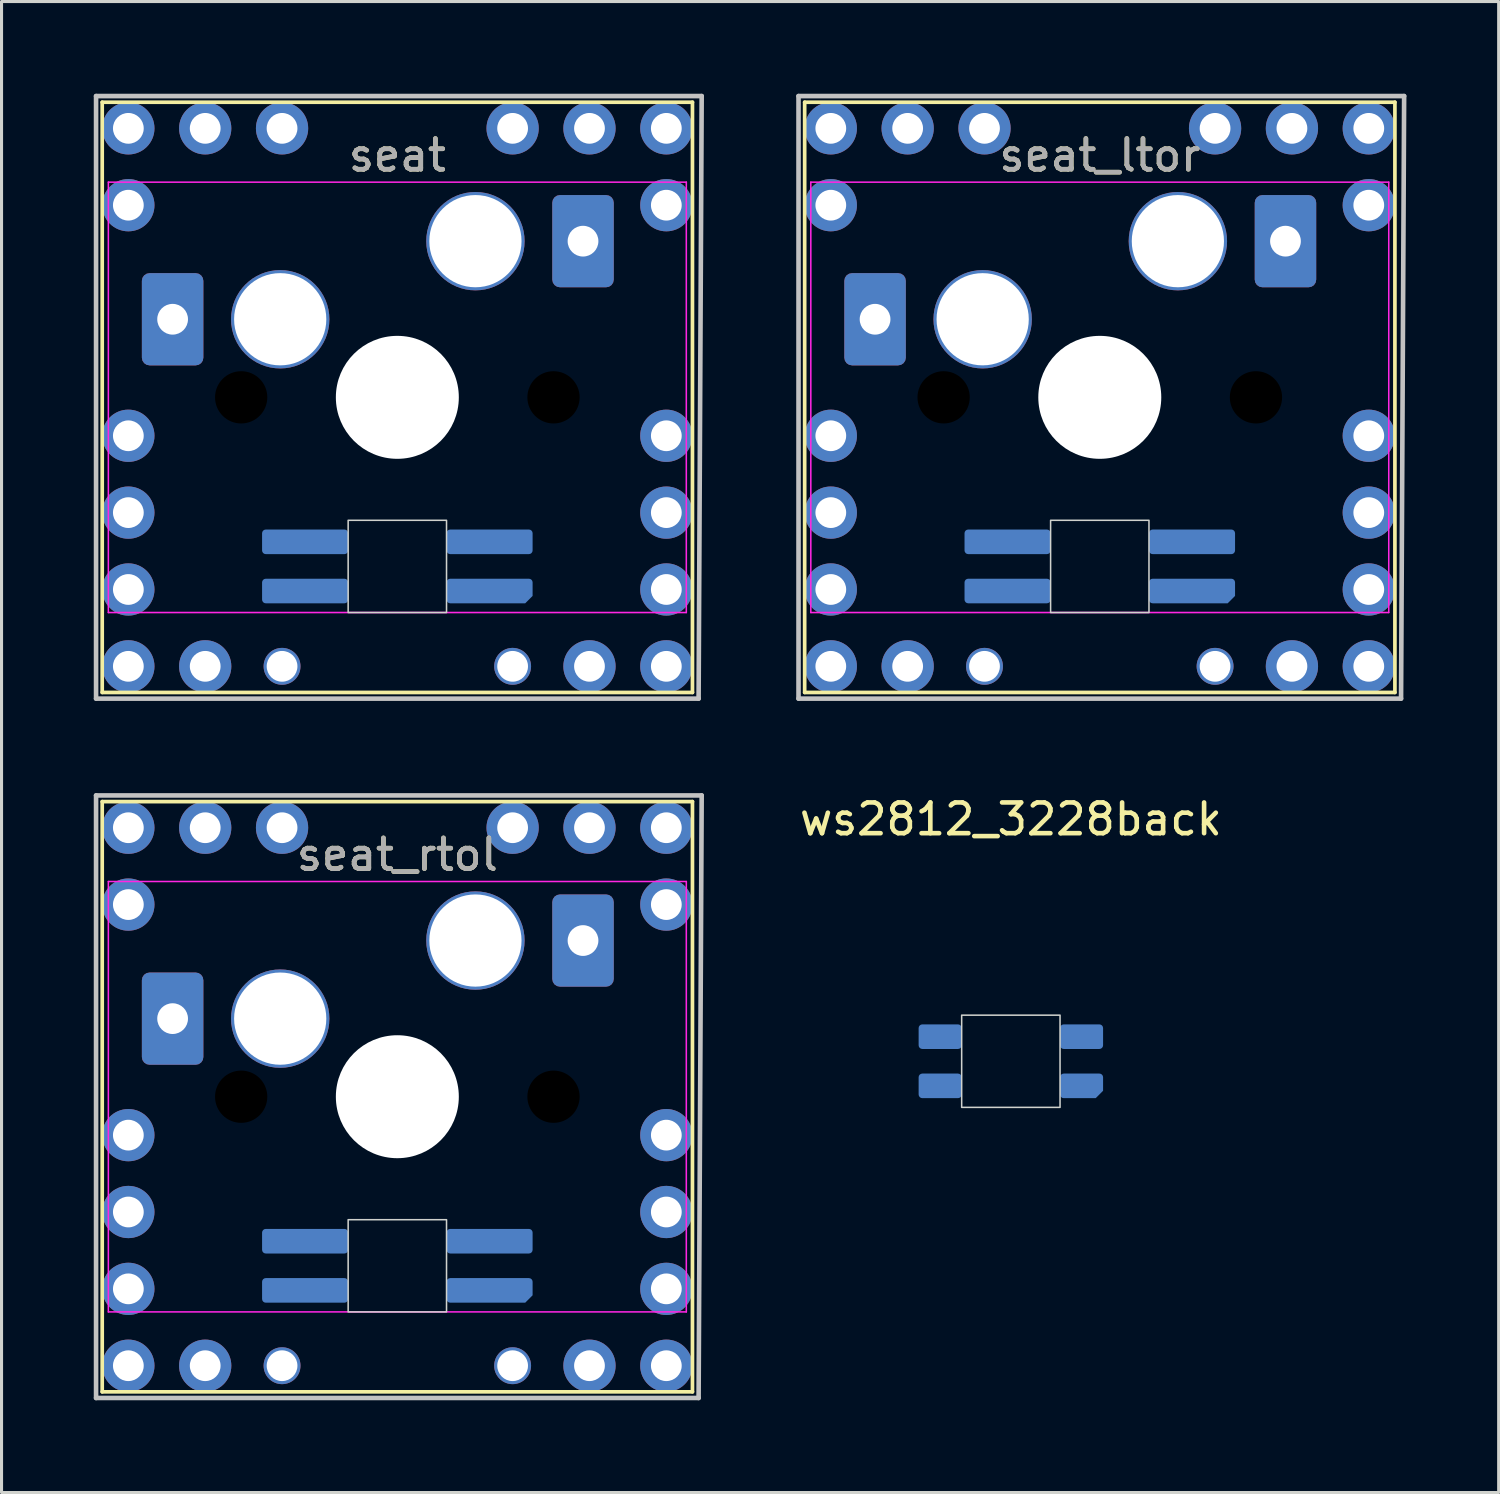
<source format=kicad_pcb>
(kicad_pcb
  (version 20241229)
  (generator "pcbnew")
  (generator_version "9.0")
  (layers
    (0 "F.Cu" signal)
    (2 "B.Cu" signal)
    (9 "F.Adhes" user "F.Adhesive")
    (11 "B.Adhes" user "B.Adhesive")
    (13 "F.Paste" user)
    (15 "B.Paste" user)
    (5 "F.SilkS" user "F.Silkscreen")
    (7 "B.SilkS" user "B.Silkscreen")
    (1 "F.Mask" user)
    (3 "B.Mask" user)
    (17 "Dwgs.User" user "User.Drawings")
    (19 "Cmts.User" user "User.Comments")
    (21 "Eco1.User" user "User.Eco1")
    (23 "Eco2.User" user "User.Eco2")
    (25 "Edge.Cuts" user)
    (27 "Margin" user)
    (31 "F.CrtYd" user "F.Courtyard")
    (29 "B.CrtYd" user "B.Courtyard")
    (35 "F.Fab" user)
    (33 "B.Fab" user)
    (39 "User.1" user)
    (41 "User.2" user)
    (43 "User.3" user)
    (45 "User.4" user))
  (footprint "seat_ltor"
    (layer "F.Cu")
    (at 32.725 9.875)
    (property "Reference" "seat_ltor" (at 0 -7.874 0) (layer "F.SilkS") (effects (font (size 1 1) (thickness 0.15))))
    (attr through_hole)
    (fp_line (start -9.6 -9.6) (end 9.6 -9.6) (stroke (width 0.12) (type solid)) (layer "F.SilkS"))
    (fp_line (start -9.6 9.6) (end -9.6 -9.6) (stroke (width 0.12) (type solid)) (layer "F.SilkS"))
    (fp_line (start 9.6 -9.6) (end 9.6 9.6) (stroke (width 0.12) (type solid)) (layer "F.SilkS"))
    (fp_line (start 9.6 9.6) (end -9.6 9.6) (stroke (width 0.12) (type solid)) (layer "F.SilkS"))
    (fp_circle (center 0 0) (end 2.5 0) (stroke (width 0.1) (type default)) (fill no) (layer "F.Paste"))
    (fp_line (start -9.8 -9.8) (end 9.9 -9.8) (stroke (width 0.15) (type solid)) (layer "Dwgs.User"))
    (fp_line (start -9.8 9.8) (end -9.8 -9.8) (stroke (width 0.15) (type solid)) (layer "Dwgs.User"))
    (fp_line (start 9.8 9.8) (end -9.8 9.8) (stroke (width 0.15) (type solid)) (layer "Dwgs.User"))
    (fp_line (start 9.9 -9.8) (end 9.8 9.8) (stroke (width 0.15) (type solid)) (layer "Dwgs.User"))
    (fp_rect (start -1.6 4) (end 1.6 7) (stroke (width 0.05) (type solid)) (fill no) (layer "Edge.Cuts"))
    (fp_line (start -9.4 -7) (end 9.4 -7) (stroke (width 0.05) (type solid)) (layer "F.CrtYd"))
    (fp_line (start -9.4 7) (end -9.4 -7) (stroke (width 0.05) (type solid)) (layer "F.CrtYd"))
    (fp_line (start 9.4 -7) (end 9.4 7) (stroke (width 0.05) (type solid)) (layer "F.CrtYd"))
    (fp_line (start 9.4 7) (end -9.4 7) (stroke (width 0.05) (type solid)) (layer "F.CrtYd"))
    (fp_text user "${REFERENCE}" (at 0 -7.874 0) (layer "F.Fab") (effects (font (size 1 1) (thickness 0.15))))
    (pad "" np_thru_hole circle (at -5.08 0) (size 4 4) (drill 1.7) (layers))
    (pad "" np_thru_hole circle (at 0 0) (size 4 4) (drill 4) (layers "*.Cu" "*.Mask"))
    (pad "" np_thru_hole circle (at 5.08 0) (size 4 4) (drill 1.7) (layers))
    (pad "1" thru_hole circle (at -8.75 1.25) (size 1.7 1.7) (drill oval 1) (layers "*.Cu" "*.Mask"))
    (pad "1" thru_hole roundrect (at -7.31 -2.54) (size 2 3) (drill 1) (layers "*.Cu" "*.Mask") (roundrect_rratio 0.125))
    (pad "1" thru_hole circle (at -3.81 -2.54) (size 3.2 3.2) (drill 3) (layers "*.Cu" "*.Mask"))
    (pad "1" thru_hole circle (at 8.75 1.25) (size 1.7 1.7) (drill oval 1) (layers "*.Cu" "*.Mask"))
    (pad "2" thru_hole circle (at 2.54 -5.08) (size 3.2 3.2) (drill 3) (layers "*.Cu" "*.Mask"))
    (pad "2" thru_hole roundrect (at 6.04 -5.08) (size 2 3) (drill 1) (layers "*.Cu" "*.Mask") (roundrect_rratio 0.125))
    (pad "2" thru_hole circle (at 6.25 -8.75) (size 1.7 1.7) (drill oval 1) (layers "*.Cu" "*.Mask"))
    (pad "2" thru_hole circle (at 6.25 8.75) (size 1.7 1.7) (drill oval 1) (layers "*.Cu" "*.Mask"))
    (pad "3" thru_hole circle (at -8.75 3.75) (size 1.7 1.7) (drill oval 1) (layers "*.Cu" "*.Mask"))
    (pad "3" smd roundrect (at 3 4.7) (size 2.8 0.8) (layers "B.Cu" "B.Mask" "B.Paste") (roundrect_rratio 0.15))
    (pad "3" thru_hole circle (at 8.75 6.25) (size 1.7 1.7) (drill oval 1) (layers "*.Cu" "*.Mask"))
    (pad "4" thru_hole circle (at -8.75 6.25) (size 1.7 1.7) (drill oval 1) (layers "*.Cu" "*.Mask"))
    (pad "4" smd roundrect (at -3 6.3) (size 2.8 0.8) (layers "B.Cu" "B.Mask" "B.Paste") (roundrect_rratio 0.15))
    (pad "4" thru_hole circle (at 8.75 3.75) (size 1.7 1.7) (drill oval 1) (layers "*.Cu" "*.Mask"))
    (pad "5" thru_hole circle (at -8.75 -6.25) (size 1.7 1.7) (drill oval 1) (layers "*.Cu" "*.Mask"))
    (pad "5" thru_hole circle (at -6.25 -8.75) (size 1.7 1.7) (drill oval 1) (layers "*.Cu" "*.Mask"))
    (pad "5" thru_hole circle (at -6.25 8.75) (size 1.7 1.7) (drill oval 1) (layers "*.Cu" "*.Mask"))
    (pad "5" smd roundrect (at -3 4.7) (size 2.8 0.8) (layers "B.Cu" "B.Mask" "B.Paste") (roundrect_rratio 0.15))
    (pad "5" thru_hole circle (at 8.75 -6.25) (size 1.7 1.7) (drill oval 1) (layers "*.Cu" "*.Mask"))
    (pad "6" thru_hole circle (at -8.75 -8.75) (size 1.7 1.7) (drill oval 1) (layers "*.Cu" "*.Mask"))
    (pad "6" thru_hole circle (at -8.75 8.75) (size 1.7 1.7) (drill oval 1) (layers "*.Cu" "*.Mask"))
    (pad "6" smd roundrect (at 3 6.3) (size 2.8 0.8) (layers "B.Cu" "B.Mask" "B.Paste") (roundrect_rratio 0.15) (chamfer_ratio 0.3) (chamfer bottom_right))
    (pad "6" thru_hole circle (at 8.75 -8.75) (size 1.7 1.7) (drill oval 1) (layers "*.Cu" "*.Mask"))
    (pad "6" thru_hole circle (at 8.75 8.75) (size 1.7 1.7) (drill oval 1) (layers "*.Cu" "*.Mask"))
    (pad "7" thru_hole circle (at -3.75 -8.75) (size 1.7 1.7) (drill oval 1) (layers "*.Cu" "*.Mask"))
    (pad "7" thru_hole circle (at -3.75 8.75) (size 1.2 1.2) (drill oval 1) (layers "*.Cu" "*.Mask"))
    (pad "8" thru_hole circle (at 3.75 -8.75) (size 1.7 1.7) (drill oval 1) (layers "*.Cu" "*.Mask"))
    (pad "8" thru_hole circle (at 3.75 8.75) (size 1.2 1.2) (drill oval 1) (layers "*.Cu" "*.Mask")))
  (footprint "ws2812_3228back"
    (layer "F.Cu")
    (at 29.832 31.472)
    (property "Reference" "ws2812_3228back" (at 0 -7.874 0) (layer "F.SilkS") (effects (font (size 1 1) (thickness 0.15))))
    (attr through_hole)
    (fp_rect (start -1.6 -1.5) (end 1.6 1.5) (stroke (width 0.05) (type solid)) (fill no) (layer "Edge.Cuts"))
    (pad "1" smd roundrect (at -2.3 -0.8) (size 1.4 0.8) (layers "B.Cu" "B.Mask" "B.Paste") (roundrect_rratio 0.15))
    (pad "2" smd roundrect (at -2.3 0.8) (size 1.4 0.8) (layers "B.Cu" "B.Mask" "B.Paste") (roundrect_rratio 0.15))
    (pad "3" smd roundrect (at 2.3 0.8) (size 1.4 0.8) (layers "B.Cu" "B.Mask" "B.Paste") (roundrect_rratio 0.15) (chamfer_ratio 0.3) (chamfer bottom_right))
    (pad "4" smd roundrect (at 2.3 -0.8) (size 1.4 0.8) (layers "B.Cu" "B.Mask" "B.Paste") (roundrect_rratio 0.15)))
  (footprint "seat_rtol"
    (layer "F.Cu")
    (at 9.875 32.625)
    (property "Reference" "seat_rtol" (at 0 -7.874 0) (layer "F.SilkS") (effects (font (size 1 1) (thickness 0.15))))
    (attr through_hole)
    (fp_line (start -9.6 -9.6) (end 9.6 -9.6) (stroke (width 0.12) (type solid)) (layer "F.SilkS"))
    (fp_line (start -9.6 9.6) (end -9.6 -9.6) (stroke (width 0.12) (type solid)) (layer "F.SilkS"))
    (fp_line (start 9.6 -9.6) (end 9.6 9.6) (stroke (width 0.12) (type solid)) (layer "F.SilkS"))
    (fp_line (start 9.6 9.6) (end -9.6 9.6) (stroke (width 0.12) (type solid)) (layer "F.SilkS"))
    (fp_circle (center 0 0) (end 2.5 0) (stroke (width 0.1) (type default)) (fill no) (layer "F.Paste"))
    (fp_line (start -9.8 -9.8) (end 9.9 -9.8) (stroke (width 0.15) (type solid)) (layer "Dwgs.User"))
    (fp_line (start -9.8 9.8) (end -9.8 -9.8) (stroke (width 0.15) (type solid)) (layer "Dwgs.User"))
    (fp_line (start 9.8 9.8) (end -9.8 9.8) (stroke (width 0.15) (type solid)) (layer "Dwgs.User"))
    (fp_line (start 9.9 -9.8) (end 9.8 9.8) (stroke (width 0.15) (type solid)) (layer "Dwgs.User"))
    (fp_rect (start -1.6 4) (end 1.6 7) (stroke (width 0.05) (type solid)) (fill no) (layer "Edge.Cuts"))
    (fp_line (start -9.4 -7) (end 9.4 -7) (stroke (width 0.05) (type solid)) (layer "F.CrtYd"))
    (fp_line (start -9.4 7) (end -9.4 -7) (stroke (width 0.05) (type solid)) (layer "F.CrtYd"))
    (fp_line (start 9.4 -7) (end 9.4 7) (stroke (width 0.05) (type solid)) (layer "F.CrtYd"))
    (fp_line (start 9.4 7) (end -9.4 7) (stroke (width 0.05) (type solid)) (layer "F.CrtYd"))
    (fp_text user "${REFERENCE}" (at 0 -7.874 0) (layer "F.Fab") (effects (font (size 1 1) (thickness 0.15))))
    (pad "" np_thru_hole circle (at -5.08 0) (size 4 4) (drill 1.7) (layers))
    (pad "" np_thru_hole circle (at 0 0) (size 4 4) (drill 4) (layers "*.Cu" "*.Mask"))
    (pad "" np_thru_hole circle (at 5.08 0) (size 4 4) (drill 1.7) (layers))
    (pad "1" thru_hole circle (at -8.75 1.25) (size 1.7 1.7) (drill oval 1) (layers "*.Cu" "*.Mask"))
    (pad "1" thru_hole roundrect (at -7.31 -2.54) (size 2 3) (drill 1) (layers "*.Cu" "*.Mask") (roundrect_rratio 0.125))
    (pad "1" thru_hole circle (at -3.81 -2.54) (size 3.2 3.2) (drill 3) (layers "*.Cu" "*.Mask"))
    (pad "1" thru_hole circle (at 8.75 1.25) (size 1.7 1.7) (drill oval 1) (layers "*.Cu" "*.Mask"))
    (pad "2" thru_hole circle (at 2.54 -5.08) (size 3.2 3.2) (drill 3) (layers "*.Cu" "*.Mask"))
    (pad "2" thru_hole roundrect (at 6.04 -5.08) (size 2 3) (drill 1) (layers "*.Cu" "*.Mask") (roundrect_rratio 0.125))
    (pad "2" thru_hole circle (at 6.25 -8.75) (size 1.7 1.7) (drill oval 1) (layers "*.Cu" "*.Mask"))
    (pad "2" thru_hole circle (at 6.25 8.75) (size 1.7 1.7) (drill oval 1) (layers "*.Cu" "*.Mask"))
    (pad "3" thru_hole circle (at -8.75 3.75) (size 1.7 1.7) (drill oval 1) (layers "*.Cu" "*.Mask"))
    (pad "3" smd roundrect (at -3 6.3) (size 2.8 0.8) (layers "B.Cu" "B.Mask" "B.Paste") (roundrect_rratio 0.15))
    (pad "3" thru_hole circle (at 8.75 6.25) (size 1.7 1.7) (drill oval 1) (layers "*.Cu" "*.Mask"))
    (pad "4" thru_hole circle (at -8.75 6.25) (size 1.7 1.7) (drill oval 1) (layers "*.Cu" "*.Mask"))
    (pad "4" smd roundrect (at 3 4.7) (size 2.8 0.8) (layers "B.Cu" "B.Mask" "B.Paste") (roundrect_rratio 0.15))
    (pad "4" thru_hole circle (at 8.75 3.75) (size 1.7 1.7) (drill oval 1) (layers "*.Cu" "*.Mask"))
    (pad "5" thru_hole circle (at -8.75 -6.25) (size 1.7 1.7) (drill oval 1) (layers "*.Cu" "*.Mask"))
    (pad "5" thru_hole circle (at -6.25 -8.75) (size 1.7 1.7) (drill oval 1) (layers "*.Cu" "*.Mask"))
    (pad "5" thru_hole circle (at -6.25 8.75) (size 1.7 1.7) (drill oval 1) (layers "*.Cu" "*.Mask"))
    (pad "5" smd roundrect (at -3 4.7) (size 2.8 0.8) (layers "B.Cu" "B.Mask" "B.Paste") (roundrect_rratio 0.15))
    (pad "5" thru_hole circle (at 8.75 -6.25) (size 1.7 1.7) (drill oval 1) (layers "*.Cu" "*.Mask"))
    (pad "6" thru_hole circle (at -8.75 -8.75) (size 1.7 1.7) (drill oval 1) (layers "*.Cu" "*.Mask"))
    (pad "6" thru_hole circle (at -8.75 8.75) (size 1.7 1.7) (drill oval 1) (layers "*.Cu" "*.Mask"))
    (pad "6" smd roundrect (at 3 6.3) (size 2.8 0.8) (layers "B.Cu" "B.Mask" "B.Paste") (roundrect_rratio 0.15) (chamfer_ratio 0.3) (chamfer bottom_right))
    (pad "6" thru_hole circle (at 8.75 -8.75) (size 1.7 1.7) (drill oval 1) (layers "*.Cu" "*.Mask"))
    (pad "6" thru_hole circle (at 8.75 8.75) (size 1.7 1.7) (drill oval 1) (layers "*.Cu" "*.Mask"))
    (pad "7" thru_hole circle (at -3.75 -8.75) (size 1.7 1.7) (drill oval 1) (layers "*.Cu" "*.Mask"))
    (pad "7" thru_hole circle (at -3.75 8.75) (size 1.2 1.2) (drill oval 1) (layers "*.Cu" "*.Mask"))
    (pad "8" thru_hole circle (at 3.75 -8.75) (size 1.7 1.7) (drill oval 1) (layers "*.Cu" "*.Mask"))
    (pad "8" thru_hole circle (at 3.75 8.75) (size 1.2 1.2) (drill oval 1) (layers "*.Cu" "*.Mask")))
  (footprint "seat"
    (layer "F.Cu")
    (at 9.875 9.875)
    (property "Reference" "seat" (at 0 -7.874 0) (layer "F.SilkS") (effects (font (size 1 1) (thickness 0.15))))
    (attr through_hole)
    (fp_line (start -9.6 -9.6) (end 9.6 -9.6) (stroke (width 0.12) (type solid)) (layer "F.SilkS"))
    (fp_line (start -9.6 9.6) (end -9.6 -9.6) (stroke (width 0.12) (type solid)) (layer "F.SilkS"))
    (fp_line (start 9.6 -9.6) (end 9.6 9.6) (stroke (width 0.12) (type solid)) (layer "F.SilkS"))
    (fp_line (start 9.6 9.6) (end -9.6 9.6) (stroke (width 0.12) (type solid)) (layer "F.SilkS"))
    (fp_circle (center 0 0) (end 2.5 0) (stroke (width 0.1) (type default)) (fill no) (layer "F.Paste"))
    (fp_line (start -9.8 -9.8) (end 9.9 -9.8) (stroke (width 0.15) (type solid)) (layer "Dwgs.User"))
    (fp_line (start -9.8 9.8) (end -9.8 -9.8) (stroke (width 0.15) (type solid)) (layer "Dwgs.User"))
    (fp_line (start 9.8 9.8) (end -9.8 9.8) (stroke (width 0.15) (type solid)) (layer "Dwgs.User"))
    (fp_line (start 9.9 -9.8) (end 9.8 9.8) (stroke (width 0.15) (type solid)) (layer "Dwgs.User"))
    (fp_rect (start -1.6 4) (end 1.6 7) (stroke (width 0.05) (type solid)) (fill no) (layer "Edge.Cuts"))
    (fp_line (start -9.4 -7) (end 9.4 -7) (stroke (width 0.05) (type solid)) (layer "F.CrtYd"))
    (fp_line (start -9.4 7) (end -9.4 -7) (stroke (width 0.05) (type solid)) (layer "F.CrtYd"))
    (fp_line (start 9.4 -7) (end 9.4 7) (stroke (width 0.05) (type solid)) (layer "F.CrtYd"))
    (fp_line (start 9.4 7) (end -9.4 7) (stroke (width 0.05) (type solid)) (layer "F.CrtYd"))
    (fp_text user "${REFERENCE}" (at 0 -7.874 0) (layer "F.Fab") (effects (font (size 1 1) (thickness 0.15))))
    (pad "" np_thru_hole circle (at -5.08 0) (size 4 4) (drill 1.7) (layers))
    (pad "" np_thru_hole circle (at 0 0) (size 4 4) (drill 4) (layers "*.Cu" "*.Mask"))
    (pad "" np_thru_hole circle (at 5.08 0) (size 4 4) (drill 1.7) (layers))
    (pad "1" thru_hole circle (at -8.75 1.25) (size 1.7 1.7) (drill oval 1) (layers "*.Cu" "*.Mask"))
    (pad "1" thru_hole roundrect (at -7.31 -2.54) (size 2 3) (drill 1) (layers "*.Cu" "*.Mask") (roundrect_rratio 0.125))
    (pad "1" thru_hole circle (at -3.81 -2.54) (size 3.2 3.2) (drill 3) (layers "*.Cu" "*.Mask"))
    (pad "1" thru_hole circle (at 8.75 1.25) (size 1.7 1.7) (drill oval 1) (layers "*.Cu" "*.Mask"))
    (pad "2" thru_hole circle (at 2.54 -5.08) (size 3.2 3.2) (drill 3) (layers "*.Cu" "*.Mask"))
    (pad "2" thru_hole roundrect (at 6.04 -5.08) (size 2 3) (drill 1) (layers "*.Cu" "*.Mask") (roundrect_rratio 0.125))
    (pad "2" thru_hole circle (at 6.25 -8.75) (size 1.7 1.7) (drill oval 1) (layers "*.Cu" "*.Mask"))
    (pad "2" thru_hole circle (at 6.25 8.75) (size 1.7 1.7) (drill oval 1) (layers "*.Cu" "*.Mask"))
    (pad "3" thru_hole circle (at -8.75 3.75) (size 1.7 1.7) (drill oval 1) (layers "*.Cu" "*.Mask"))
    (pad "3" smd roundrect (at 3 4.7) (size 2.8 0.8) (layers "B.Cu" "B.Mask" "B.Paste") (roundrect_rratio 0.15))
    (pad "3" thru_hole circle (at 8.75 6.25) (size 1.7 1.7) (drill oval 1) (layers "*.Cu" "*.Mask"))
    (pad "4" thru_hole circle (at -8.75 6.25) (size 1.7 1.7) (drill oval 1) (layers "*.Cu" "*.Mask"))
    (pad "4" smd roundrect (at -3 6.3) (size 2.8 0.8) (layers "B.Cu" "B.Mask" "B.Paste") (roundrect_rratio 0.15))
    (pad "4" thru_hole circle (at 8.75 3.75) (size 1.7 1.7) (drill oval 1) (layers "*.Cu" "*.Mask"))
    (pad "5" thru_hole circle (at -8.75 -6.25) (size 1.7 1.7) (drill oval 1) (layers "*.Cu" "*.Mask"))
    (pad "5" thru_hole circle (at -6.25 -8.75) (size 1.7 1.7) (drill oval 1) (layers "*.Cu" "*.Mask"))
    (pad "5" thru_hole circle (at -6.25 8.75) (size 1.7 1.7) (drill oval 1) (layers "*.Cu" "*.Mask"))
    (pad "5" smd roundrect (at -3 4.7) (size 2.8 0.8) (layers "B.Cu" "B.Mask" "B.Paste") (roundrect_rratio 0.15))
    (pad "5" thru_hole circle (at 8.75 -6.25) (size 1.7 1.7) (drill oval 1) (layers "*.Cu" "*.Mask"))
    (pad "6" thru_hole circle (at -8.75 -8.75) (size 1.7 1.7) (drill oval 1) (layers "*.Cu" "*.Mask"))
    (pad "6" thru_hole circle (at -8.75 8.75) (size 1.7 1.7) (drill oval 1) (layers "*.Cu" "*.Mask"))
    (pad "6" smd roundrect (at 3 6.3) (size 2.8 0.8) (layers "B.Cu" "B.Mask" "B.Paste") (roundrect_rratio 0.15) (chamfer_ratio 0.3) (chamfer bottom_right))
    (pad "6" thru_hole circle (at 8.75 -8.75) (size 1.7 1.7) (drill oval 1) (layers "*.Cu" "*.Mask"))
    (pad "6" thru_hole circle (at 8.75 8.75) (size 1.7 1.7) (drill oval 1) (layers "*.Cu" "*.Mask"))
    (pad "7" thru_hole circle (at -3.75 -8.75) (size 1.7 1.7) (drill oval 1) (layers "*.Cu" "*.Mask"))
    (pad "7" thru_hole circle (at -3.75 8.75) (size 1.2 1.2) (drill oval 1) (layers "*.Cu" "*.Mask"))
    (pad "8" thru_hole circle (at 3.75 -8.75) (size 1.7 1.7) (drill oval 1) (layers "*.Cu" "*.Mask"))
    (pad "8" thru_hole circle (at 3.75 8.75) (size 1.2 1.2) (drill oval 1) (layers "*.Cu" "*.Mask")))
  (gr_rect
    (start -3 -3)
    (end 45.7 45.5)
    (stroke (width 0.1) (type default))
    (fill no)
    (layer "Edge.Cuts")))
</source>
